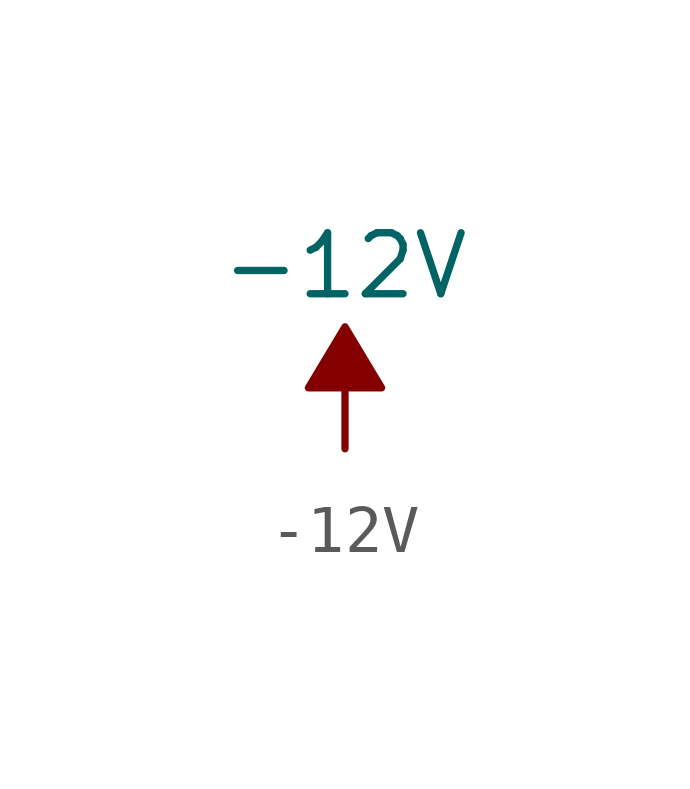
<source format=kicad_sym>
(kicad_symbol_lib
  (version 20201005)
  (generator kicad_symbol_editor)
  (symbol "-12V"
    (power)
    (pin_names
      (offset 0))
    (property "Reference" "#PWR"
      (at 0 2.54 0)
      (effects (font (size 1.27 1.27)) hide))
    (property "Value" "-12V"
      (at 0 3.81 0)
      (effects (font (size 1.27 1.27))))
    (symbol "-12V_0_0"
      (pin power_in line (at 0 0 90) (length 0) hide (name "-12V" (effects (font (size 1.27 1.27)))) (number "1" (effects (font (size 1.27 1.27))))))
    (symbol "-12V_0_1"
      (polyline (pts (xy 0 0) (xy 0 1.27) (xy 0.762 1.27) (xy 0 2.54) (xy -0.762 1.27) (xy 0 1.27)) (stroke (width 0)) (fill (type outline))))))
</source>
